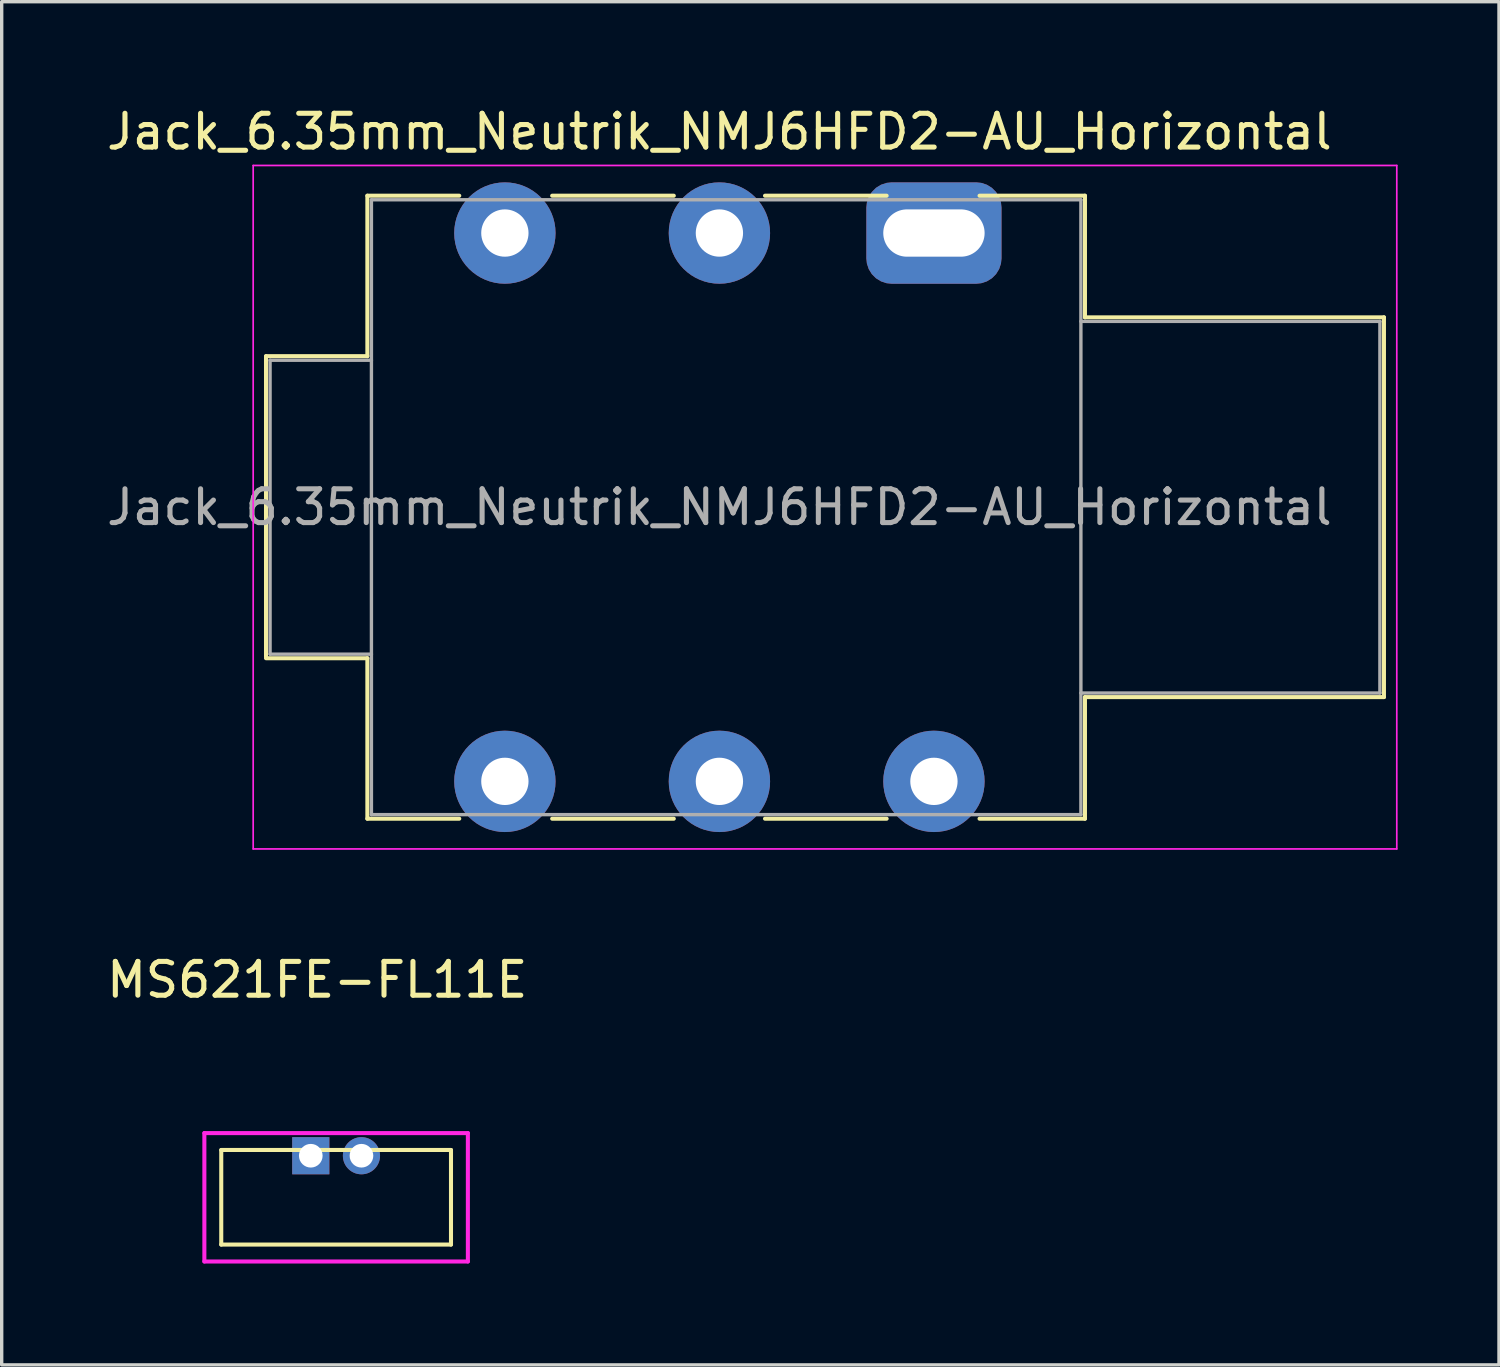
<source format=kicad_pcb>
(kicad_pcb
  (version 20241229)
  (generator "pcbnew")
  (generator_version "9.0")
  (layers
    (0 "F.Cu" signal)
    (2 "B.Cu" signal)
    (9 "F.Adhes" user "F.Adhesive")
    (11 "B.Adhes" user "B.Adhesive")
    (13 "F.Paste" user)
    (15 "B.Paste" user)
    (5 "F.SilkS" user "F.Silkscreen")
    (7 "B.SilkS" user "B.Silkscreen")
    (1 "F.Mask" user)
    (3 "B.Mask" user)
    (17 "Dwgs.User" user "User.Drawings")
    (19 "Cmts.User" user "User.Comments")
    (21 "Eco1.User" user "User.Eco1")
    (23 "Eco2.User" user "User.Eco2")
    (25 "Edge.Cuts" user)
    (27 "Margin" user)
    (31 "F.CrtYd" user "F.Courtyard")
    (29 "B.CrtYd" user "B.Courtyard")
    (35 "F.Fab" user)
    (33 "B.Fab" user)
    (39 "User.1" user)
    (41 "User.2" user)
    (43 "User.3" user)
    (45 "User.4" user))
  (footprint "MS621FE-FL11E"
    (layer "F.Cu")
    (at 6.149 31.159)
    (property "Reference" "MS621FE-FL11E" (at 0.191 -5.207 0) (layer "F.SilkS") (effects (font (size 1 1) (thickness 0.15))))
    (attr through_hole)
    (fp_line (start -2.65 -0.17) (end -2.65 2.63) (stroke (width 0.12) (type solid)) (layer "F.SilkS"))
    (fp_line (start -2.65 -0.17) (end 4.15 -0.17) (stroke (width 0.12) (type solid)) (layer "F.SilkS"))
    (fp_line (start -2.65 2.63) (end 4.15 2.63) (stroke (width 0.12) (type solid)) (layer "F.SilkS"))
    (fp_line (start 4.15 -0.17) (end 4.15 2.63) (stroke (width 0.12) (type solid)) (layer "F.SilkS"))
    (fp_line (start -3.15 -0.67) (end -3.15 3.13) (stroke (width 0.12) (type solid)) (layer "F.CrtYd"))
    (fp_line (start -3.15 -0.67) (end 4.65 -0.67) (stroke (width 0.12) (type solid)) (layer "F.CrtYd"))
    (fp_line (start -3.15 3.13) (end 4.65 3.13) (stroke (width 0.12) (type solid)) (layer "F.CrtYd"))
    (fp_line (start 4.65 -0.67) (end 4.65 3.13) (stroke (width 0.12) (type solid)) (layer "F.CrtYd"))
    (pad "1" thru_hole rect (at 0 0) (size 1.1 1.1) (drill 0.7) (layers "*.Cu" "*.Mask"))
    (pad "2" thru_hole circle (at 1.5 0) (size 1.1 1.1) (drill 0.7) (layers "*.Cu" "*.Mask")))
  (footprint "Jack_6.35mm_Neutrik_NMJ6HFD2-AU_Horizontal"
    (layer "F.Cu")
    (at 11.894 3.848)
    (property "Reference" "Jack_6.35mm_Neutrik_NMJ6HFD2-AU_Horizontal" (at 6.35 -3 0) (layer "F.SilkS") (effects (font (size 1 1) (thickness 0.15))))
    (attr through_hole)
    (fp_line (start -7.07 3.645) (end -4.07 3.645) (stroke (width 0.12) (type solid)) (layer "F.SilkS"))
    (fp_line (start -7.07 12.545) (end -7.07 3.645) (stroke (width 0.12) (type solid)) (layer "F.SilkS"))
    (fp_line (start -7.07 12.585) (end -4.07 12.585) (stroke (width 0.12) (type solid)) (layer "F.SilkS"))
    (fp_line (start -4.07 -1.105) (end -1.35 -1.105) (stroke (width 0.12) (type solid)) (layer "F.SilkS"))
    (fp_line (start -4.07 3.645) (end -4.07 -1.105) (stroke (width 0.12) (type solid)) (layer "F.SilkS"))
    (fp_line (start -4.07 17.335) (end -4.07 12.585) (stroke (width 0.12) (type solid)) (layer "F.SilkS"))
    (fp_line (start -1.35 17.335) (end -4.07 17.335) (stroke (width 0.12) (type solid)) (layer "F.SilkS"))
    (fp_line (start 1.4 -1.105) (end 5 -1.105) (stroke (width 0.12) (type solid)) (layer "F.SilkS"))
    (fp_line (start 5 17.335) (end 1.4 17.335) (stroke (width 0.12) (type solid)) (layer "F.SilkS"))
    (fp_line (start 7.7 -1.105) (end 11.3 -1.105) (stroke (width 0.12) (type solid)) (layer "F.SilkS"))
    (fp_line (start 11.3 17.335) (end 7.7 17.335) (stroke (width 0.12) (type solid)) (layer "F.SilkS"))
    (fp_line (start 17.17 -1.105) (end 14.05 -1.105) (stroke (width 0.12) (type solid)) (layer "F.SilkS"))
    (fp_line (start 17.17 2.495) (end 17.17 -1.105) (stroke (width 0.12) (type solid)) (layer "F.SilkS"))
    (fp_line (start 17.17 2.495) (end 26.02 2.495) (stroke (width 0.12) (type solid)) (layer "F.SilkS"))
    (fp_line (start 17.17 13.735) (end 26.02 13.735) (stroke (width 0.12) (type solid)) (layer "F.SilkS"))
    (fp_line (start 17.17 17.335) (end 14.05 17.335) (stroke (width 0.12) (type solid)) (layer "F.SilkS"))
    (fp_line (start 17.17 17.335) (end 17.17 13.735) (stroke (width 0.12) (type solid)) (layer "F.SilkS"))
    (fp_line (start 26.02 13.735) (end 26.02 2.495) (stroke (width 0.12) (type solid)) (layer "F.SilkS"))
    (fp_line (start -7.45 18.23) (end -7.45 -2) (stroke (width 0.05) (type solid)) (layer "F.CrtYd"))
    (fp_line (start -7.45 18.23) (end 26.4 18.23) (stroke (width 0.05) (type solid)) (layer "F.CrtYd"))
    (fp_line (start 26.4 -2) (end -7.45 -2) (stroke (width 0.05) (type solid)) (layer "F.CrtYd"))
    (fp_line (start 26.4 18.23) (end 26.4 -2) (stroke (width 0.05) (type solid)) (layer "F.CrtYd"))
    (fp_line (start -6.95 3.765) (end -3.95 3.765) (stroke (width 0.1) (type solid)) (layer "F.Fab"))
    (fp_line (start -6.95 12.465) (end -6.95 3.765) (stroke (width 0.1) (type solid)) (layer "F.Fab"))
    (fp_line (start -6.95 12.465) (end -3.95 12.465) (stroke (width 0.1) (type solid)) (layer "F.Fab"))
    (fp_line (start -3.95 17.215) (end -3.95 -0.985) (stroke (width 0.1) (type solid)) (layer "F.Fab"))
    (fp_line (start 17.05 -0.985) (end -3.95 -0.985) (stroke (width 0.1) (type solid)) (layer "F.Fab"))
    (fp_line (start 17.05 17.215) (end -3.95 17.215) (stroke (width 0.1) (type solid)) (layer "F.Fab"))
    (fp_line (start 17.05 17.215) (end 17.05 -0.985) (stroke (width 0.1) (type solid)) (layer "F.Fab"))
    (fp_line (start 25.9 2.615) (end 17.05 2.615) (stroke (width 0.1) (type solid)) (layer "F.Fab"))
    (fp_line (start 25.9 13.615) (end 17.05 13.615) (stroke (width 0.1) (type solid)) (layer "F.Fab"))
    (fp_line (start 25.9 13.615) (end 25.9 2.615) (stroke (width 0.1) (type solid)) (layer "F.Fab"))
    (fp_text user "${REFERENCE}" (at 6.35 8.115 0) (layer "F.Fab") (effects (font (size 1 1) (thickness 0.15))))
    (pad "R" thru_hole circle (at 6.35 0) (size 3 3) (drill 1.4) (layers "*.Cu" "*.Mask"))
    (pad "RN" thru_hole circle (at 6.35 16.23) (size 3 3) (drill 1.4) (layers "*.Cu" "*.Mask"))
    (pad "S" thru_hole roundrect (at 12.7 0) (size 4 3) (drill oval 3 1.4) (layers "*.Cu" "*.Mask") (roundrect_rratio 0.25))
    (pad "SN" thru_hole circle (at 12.7 16.23) (size 3 3) (drill 1.4) (layers "*.Cu" "*.Mask"))
    (pad "T" thru_hole circle (at 0 0) (size 3 3) (drill 1.4) (layers "*.Cu" "*.Mask"))
    (pad "TN" thru_hole circle (at 0 16.23) (size 3 3) (drill 1.4) (layers "*.Cu" "*.Mask")))
  (gr_rect
    (start -3 -3)
    (end 41.319 37.349)
    (stroke (width 0.1) (type default))
    (fill no)
    (layer "Edge.Cuts")))
</source>
